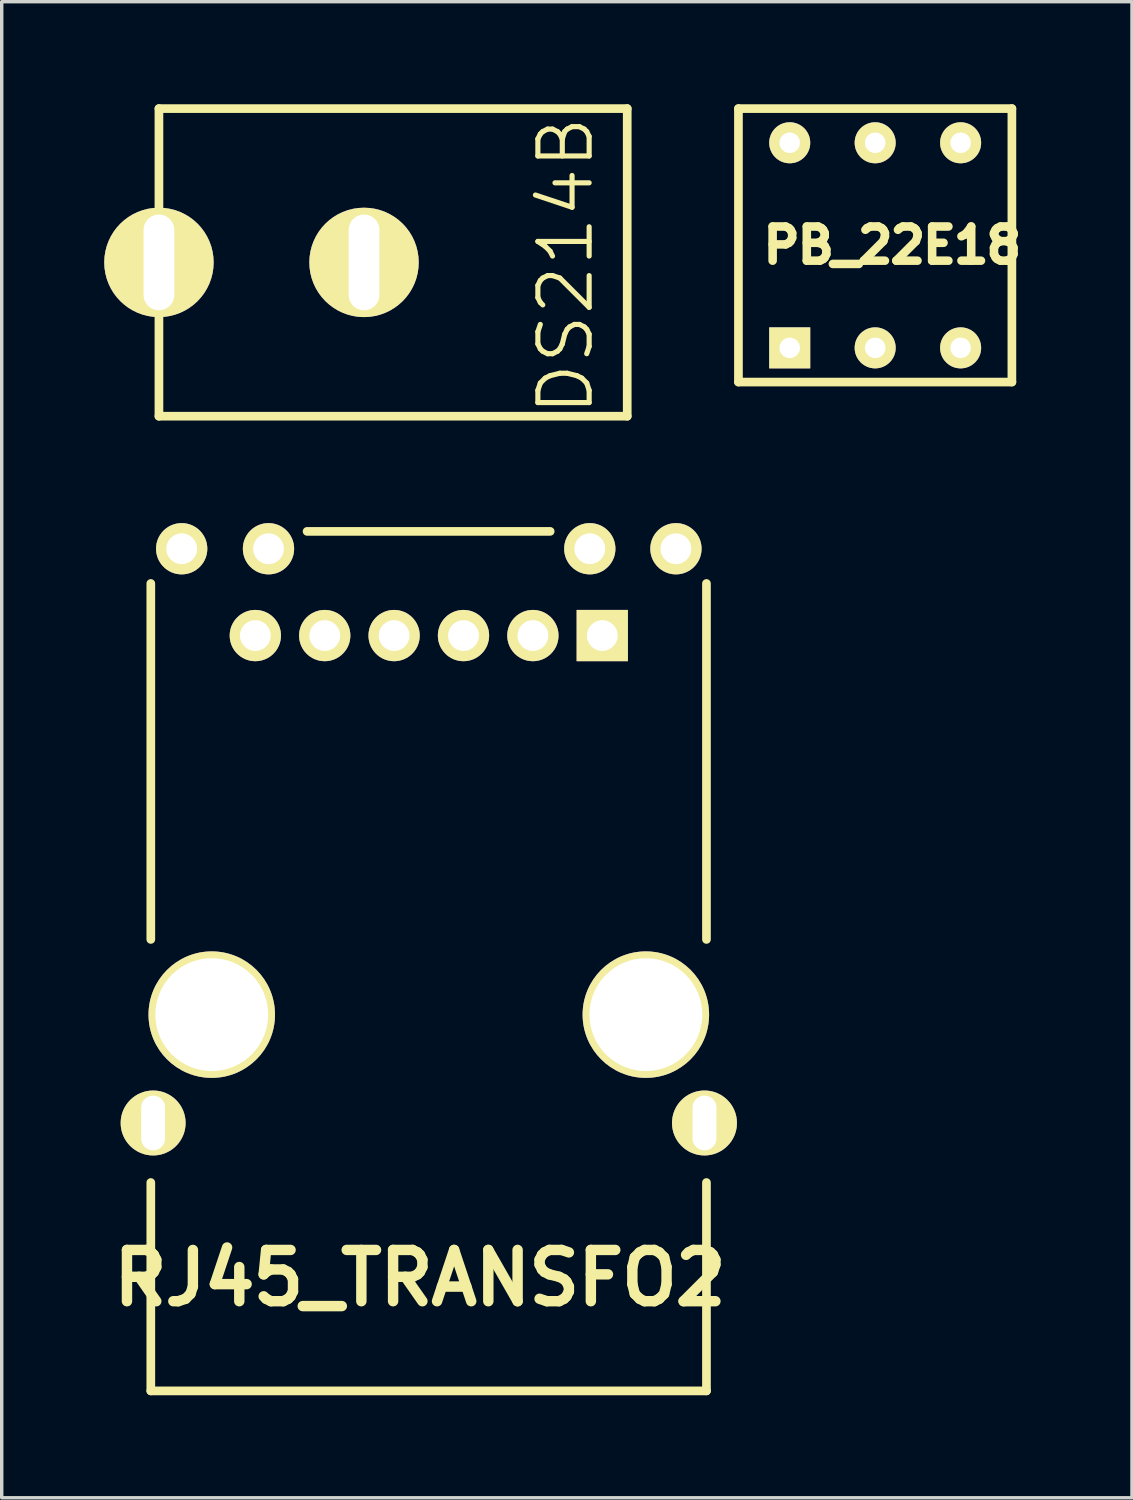
<source format=kicad_pcb>
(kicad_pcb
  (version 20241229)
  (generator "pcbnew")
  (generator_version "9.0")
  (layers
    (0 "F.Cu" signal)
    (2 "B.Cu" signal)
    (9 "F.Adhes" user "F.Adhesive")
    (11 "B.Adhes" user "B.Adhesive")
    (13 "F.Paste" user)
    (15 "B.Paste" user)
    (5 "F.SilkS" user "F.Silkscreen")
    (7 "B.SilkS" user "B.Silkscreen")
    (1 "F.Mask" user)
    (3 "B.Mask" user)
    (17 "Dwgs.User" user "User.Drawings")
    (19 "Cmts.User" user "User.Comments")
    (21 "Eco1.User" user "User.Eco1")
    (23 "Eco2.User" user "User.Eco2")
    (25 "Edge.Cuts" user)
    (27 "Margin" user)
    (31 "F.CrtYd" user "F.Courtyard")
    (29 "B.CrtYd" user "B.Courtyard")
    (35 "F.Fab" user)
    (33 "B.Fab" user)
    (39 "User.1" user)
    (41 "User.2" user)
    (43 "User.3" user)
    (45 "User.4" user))
  (footprint "RJ45_TRANSFO2"
    (layer "F.Cu")
    (at 14.57 15.544)
    (property "Reference" "RJ45_TRANSFO2" (at -5.334 18.796 0) (layer "F.SilkS") (effects (font (size 1.5 1.5) (thickness 0.305))))
    (attr through_hole)
    (fp_line (start -13.208 8.89) (end -13.208 -1.524) (stroke (width 0.254) (type solid)) (layer "F.SilkS"))
    (fp_line (start -13.208 22.098) (end -13.208 16.002) (stroke (width 0.254) (type solid)) (layer "F.SilkS"))
    (fp_line (start -13.208 22.098) (end 3.048 22.098) (stroke (width 0.254) (type solid)) (layer "F.SilkS"))
    (fp_line (start -8.636 -3.048) (end -1.524 -3.048) (stroke (width 0.254) (type solid)) (layer "F.SilkS"))
    (fp_line (start 3.048 8.89) (end 3.048 -1.524) (stroke (width 0.254) (type solid)) (layer "F.SilkS"))
    (fp_line (start 3.048 22.098) (end 3.048 16.002) (stroke (width 0.254) (type solid)) (layer "F.SilkS"))
    (pad "1" thru_hole circle (at -2.03 0) (size 1.5 1.5) (drill 0.9) (layers "*.Cu" "*.Mask" "F.SilkS"))
    (pad "2" thru_hole rect (at 0 0) (size 1.5 1.5) (drill 0.9) (layers "*.Cu" "*.Mask" "F.SilkS"))
    (pad "3" thru_hole circle (at -4.06 0) (size 1.5 1.5) (drill 0.9) (layers "*.Cu" "*.Mask" "F.SilkS"))
    (pad "4" thru_hole circle (at -6.09 0) (size 1.5 1.5) (drill 0.9) (layers "*.Cu" "*.Mask" "F.SilkS"))
    (pad "5" thru_hole circle (at -10.15 0) (size 1.5 1.5) (drill 0.9) (layers "*.Cu" "*.Mask" "F.SilkS"))
    (pad "6" thru_hole circle (at -8.12 0) (size 1.5 1.5) (drill 0.9) (layers "*.Cu" "*.Mask" "F.SilkS"))
    (pad "8" thru_hole circle (at -13.14 14.26) (size 1.9 1.9) (drill oval 0.7 1.6) (layers "*.Cu" "*.Mask" "F.SilkS"))
    (pad "13" thru_hole circle (at 2.99 14.26) (size 1.9 1.9) (drill oval 0.7 1.6) (layers "*.Cu" "*.Mask" "F.SilkS"))
    (pad "GA" thru_hole circle (at -0.365 -2.54) (size 1.5 1.5) (drill 0.9) (layers "*.Cu" "*.Mask" "F.SilkS"))
    (pad "GK" thru_hole circle (at 2.155 -2.54) (size 1.5 1.5) (drill 0.9) (layers "*.Cu" "*.Mask" "F.SilkS"))
    (pad "HOLE" thru_hole circle (at -11.425 11.09) (size 3.7 3.7) (drill 3.3) (layers "*.Cu" "*.Mask" "F.SilkS"))
    (pad "HOLE" thru_hole circle (at 1.275 11.09) (size 3.7 3.7) (drill 3.3) (layers "*.Cu" "*.Mask" "F.SilkS"))
    (pad "YA" thru_hole circle (at -12.305 -2.54) (size 1.5 1.5) (drill 0.9) (layers "*.Cu" "*.Mask" "F.SilkS"))
    (pad "YK" thru_hole circle (at -9.765 -2.54) (size 1.5 1.5) (drill 0.9) (layers "*.Cu" "*.Mask" "F.SilkS")))
  (footprint "DS214B"
    (layer "F.Cu")
    (at 8 4.727)
    (property "Reference" "DS214B" (at 5.5 0 90) (layer "F.SilkS") (effects (font (size 1.5 1.5) (thickness 0.15))))
    (attr through_hole)
    (fp_line (start -6.4 -4.6) (end 7.3 -4.6) (stroke (width 0.254) (type solid)) (layer "F.SilkS"))
    (fp_line (start -6.4 4.4) (end -6.4 -4.6) (stroke (width 0.254) (type solid)) (layer "F.SilkS"))
    (fp_line (start -6.4 4.4) (end 7.3 4.4) (stroke (width 0.254) (type solid)) (layer "F.SilkS"))
    (fp_line (start 7.3 -4.6) (end 7.3 4.4) (stroke (width 0.254) (type solid)) (layer "F.SilkS"))
    (pad "1" thru_hole circle (at -6.4 -0.1) (size 3.2 3.2) (drill oval 0.9 2.8) (layers "*.Cu" "*.Mask" "F.SilkS"))
    (pad "2" thru_hole circle (at -0.4 -0.1) (size 3.2 3.2) (drill oval 0.9 2.8) (layers "*.Cu" "*.Mask" "F.SilkS")))
  (footprint "PB_22E18"
    (layer "F.Cu")
    (at 20.054 7.127)
    (property "Reference" "PB_22E18" (at 3 -3 0) (layer "F.SilkS") (effects (font (size 1 1) (thickness 0.25))))
    (attr through_hole)
    (fp_line (start -1.5 -7) (end -1.5 1) (stroke (width 0.254) (type solid)) (layer "F.SilkS"))
    (fp_line (start -1.5 1) (end 6.5 1) (stroke (width 0.254) (type solid)) (layer "F.SilkS"))
    (fp_line (start 6.5 -7) (end -1.5 -7) (stroke (width 0.254) (type solid)) (layer "F.SilkS"))
    (fp_line (start 6.5 1) (end 6.5 -7) (stroke (width 0.254) (type solid)) (layer "F.SilkS"))
    (pad "1" thru_hole rect (at 0 0) (size 1.2 1.2) (drill 0.6) (layers "*.Cu" "*.Mask" "F.SilkS"))
    (pad "2" thru_hole circle (at 2.5 0) (size 1.2 1.2) (drill 0.6) (layers "*.Cu" "*.Mask" "F.SilkS"))
    (pad "3" thru_hole circle (at 5 0) (size 1.2 1.2) (drill 0.6) (layers "*.Cu" "*.Mask" "F.SilkS"))
    (pad "4" thru_hole circle (at 5 -6) (size 1.2 1.2) (drill 0.6) (layers "*.Cu" "*.Mask" "F.SilkS"))
    (pad "5" thru_hole circle (at 2.5 -6) (size 1.2 1.2) (drill 0.6) (layers "*.Cu" "*.Mask" "F.SilkS"))
    (pad "6" thru_hole circle (at 0 -6) (size 1.2 1.2) (drill 0.6) (layers "*.Cu" "*.Mask" "F.SilkS")))
  (gr_rect
    (start -3 -3)
    (end 30.067 40.769)
    (stroke (width 0.1) (type default))
    (fill no)
    (layer "Edge.Cuts")))
</source>
